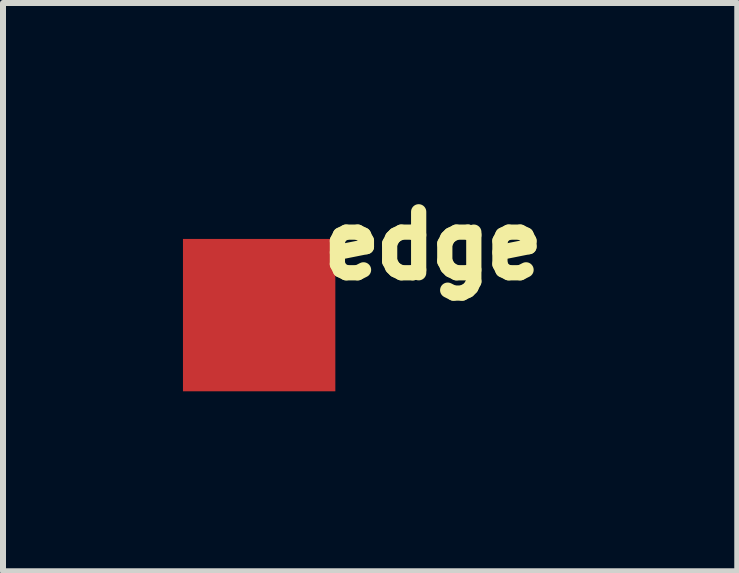
<source format=kicad_pcb>
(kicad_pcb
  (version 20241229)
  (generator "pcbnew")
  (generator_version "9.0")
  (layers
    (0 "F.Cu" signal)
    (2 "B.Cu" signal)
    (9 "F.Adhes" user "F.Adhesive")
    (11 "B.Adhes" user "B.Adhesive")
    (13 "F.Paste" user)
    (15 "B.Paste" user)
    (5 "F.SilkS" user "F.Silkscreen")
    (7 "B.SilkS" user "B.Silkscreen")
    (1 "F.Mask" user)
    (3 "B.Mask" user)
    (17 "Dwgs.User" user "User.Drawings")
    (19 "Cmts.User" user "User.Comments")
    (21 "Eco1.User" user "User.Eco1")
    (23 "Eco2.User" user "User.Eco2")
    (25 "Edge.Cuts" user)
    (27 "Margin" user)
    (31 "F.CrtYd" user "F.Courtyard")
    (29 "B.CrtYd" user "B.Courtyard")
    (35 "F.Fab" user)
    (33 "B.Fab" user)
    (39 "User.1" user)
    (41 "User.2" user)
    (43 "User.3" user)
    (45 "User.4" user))
  (footprint "edge"
    (layer "F.Cu")
    (at 1.27 2.203)
    (property "Reference" "edge" (at 2.901 -1.163 0) (layer "F.SilkS") (effects (font (size 1.016 1.016) (thickness 0.254))))
    (attr through_hole)
    (pad "1" smd rect (at 0 0) (size 2.54 2.54) (layers "F.Cu" "F.Mask" "F.Paste")))
  (gr_rect
    (start -3 -3)
    (end 9.24 6.473)
    (stroke (width 0.1) (type default))
    (fill no)
    (layer "Edge.Cuts")))
</source>
